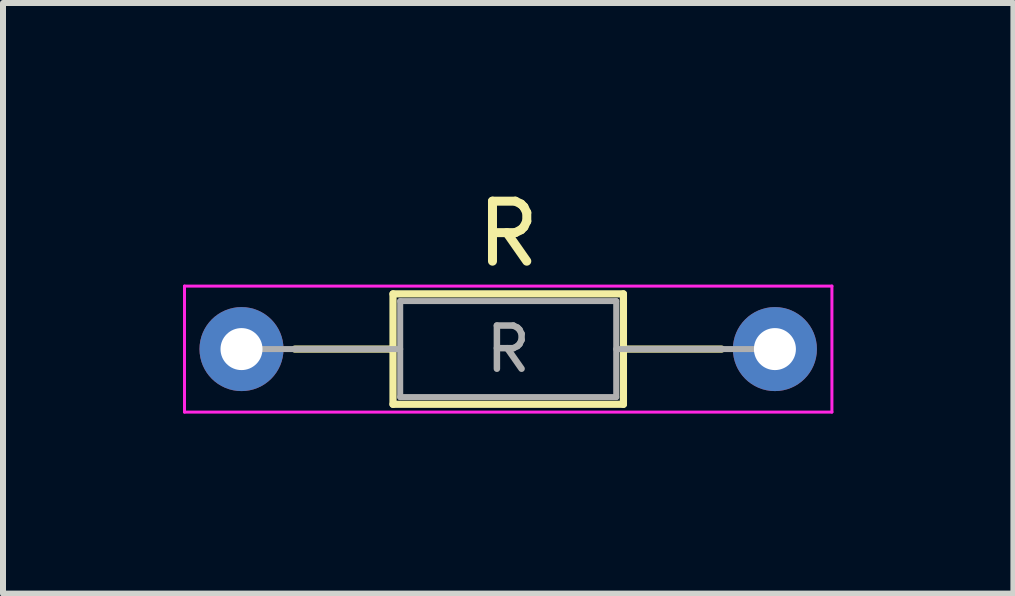
<source format=kicad_pcb>
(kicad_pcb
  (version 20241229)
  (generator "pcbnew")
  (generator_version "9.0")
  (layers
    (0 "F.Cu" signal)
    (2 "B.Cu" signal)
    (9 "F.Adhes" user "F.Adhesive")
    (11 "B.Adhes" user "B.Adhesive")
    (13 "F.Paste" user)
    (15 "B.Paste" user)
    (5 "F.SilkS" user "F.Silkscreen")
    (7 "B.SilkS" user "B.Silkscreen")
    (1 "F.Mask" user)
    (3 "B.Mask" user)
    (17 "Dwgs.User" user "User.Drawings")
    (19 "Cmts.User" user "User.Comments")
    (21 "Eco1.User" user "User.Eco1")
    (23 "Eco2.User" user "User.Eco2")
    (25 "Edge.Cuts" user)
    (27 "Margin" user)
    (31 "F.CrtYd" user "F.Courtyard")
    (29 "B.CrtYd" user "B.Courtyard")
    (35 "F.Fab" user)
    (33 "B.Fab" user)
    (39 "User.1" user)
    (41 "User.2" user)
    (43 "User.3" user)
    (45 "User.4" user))
  (footprint "R"
    (layer "F.Cu")
    (at 0.975 2.768)
    (property "Reference" "R" (at 4.445 -1.92 0) (layer "F.SilkS") (effects (font (size 1 1) (thickness 0.15))))
    (attr through_hole)
    (fp_line (start 0.889 0) (end 2.525 0) (stroke (width 0.12) (type solid)) (layer "F.SilkS"))
    (fp_line (start 2.525 -0.92) (end 2.525 0.92) (stroke (width 0.12) (type solid)) (layer "F.SilkS"))
    (fp_line (start 2.525 0.92) (end 6.365 0.92) (stroke (width 0.12) (type solid)) (layer "F.SilkS"))
    (fp_line (start 6.365 -0.92) (end 2.525 -0.92) (stroke (width 0.12) (type solid)) (layer "F.SilkS"))
    (fp_line (start 6.365 0.92) (end 6.365 -0.92) (stroke (width 0.12) (type solid)) (layer "F.SilkS"))
    (fp_line (start 8.001 0) (end 6.365 0) (stroke (width 0.12) (type solid)) (layer "F.SilkS"))
    (fp_line (start -0.95 -1.05) (end -0.95 1.05) (stroke (width 0.05) (type solid)) (layer "F.CrtYd"))
    (fp_line (start -0.95 1.05) (end 9.84 1.05) (stroke (width 0.05) (type solid)) (layer "F.CrtYd"))
    (fp_line (start 9.84 -1.05) (end -0.95 -1.05) (stroke (width 0.05) (type solid)) (layer "F.CrtYd"))
    (fp_line (start 9.84 1.05) (end 9.84 -1.05) (stroke (width 0.05) (type solid)) (layer "F.CrtYd"))
    (fp_line (start 0 0) (end 2.645 0) (stroke (width 0.1) (type solid)) (layer "F.Fab"))
    (fp_line (start 2.645 -0.8) (end 2.645 0.8) (stroke (width 0.1) (type solid)) (layer "F.Fab"))
    (fp_line (start 2.645 0.8) (end 6.245 0.8) (stroke (width 0.1) (type solid)) (layer "F.Fab"))
    (fp_line (start 6.245 -0.8) (end 2.645 -0.8) (stroke (width 0.1) (type solid)) (layer "F.Fab"))
    (fp_line (start 6.245 0.8) (end 6.245 -0.8) (stroke (width 0.1) (type solid)) (layer "F.Fab"))
    (fp_line (start 8.89 0) (end 6.245 0) (stroke (width 0.1) (type solid)) (layer "F.Fab"))
    (fp_text user "${REFERENCE}" (at 4.445 0 0) (layer "F.Fab") (effects (font (size 0.72 0.72) (thickness 0.108))))
    (pad "1" thru_hole circle (at 0 0) (size 1.4 1.4) (drill 0.7) (layers "*.Cu" "*.Mask"))
    (pad "2" thru_hole oval (at 8.89 0) (size 1.4 1.4) (drill 0.7) (layers "*.Cu" "*.Mask")))
  (gr_rect
    (start -3 -3)
    (end 13.84 6.843)
    (stroke (width 0.1) (type default))
    (fill no)
    (layer "Edge.Cuts")))
</source>
